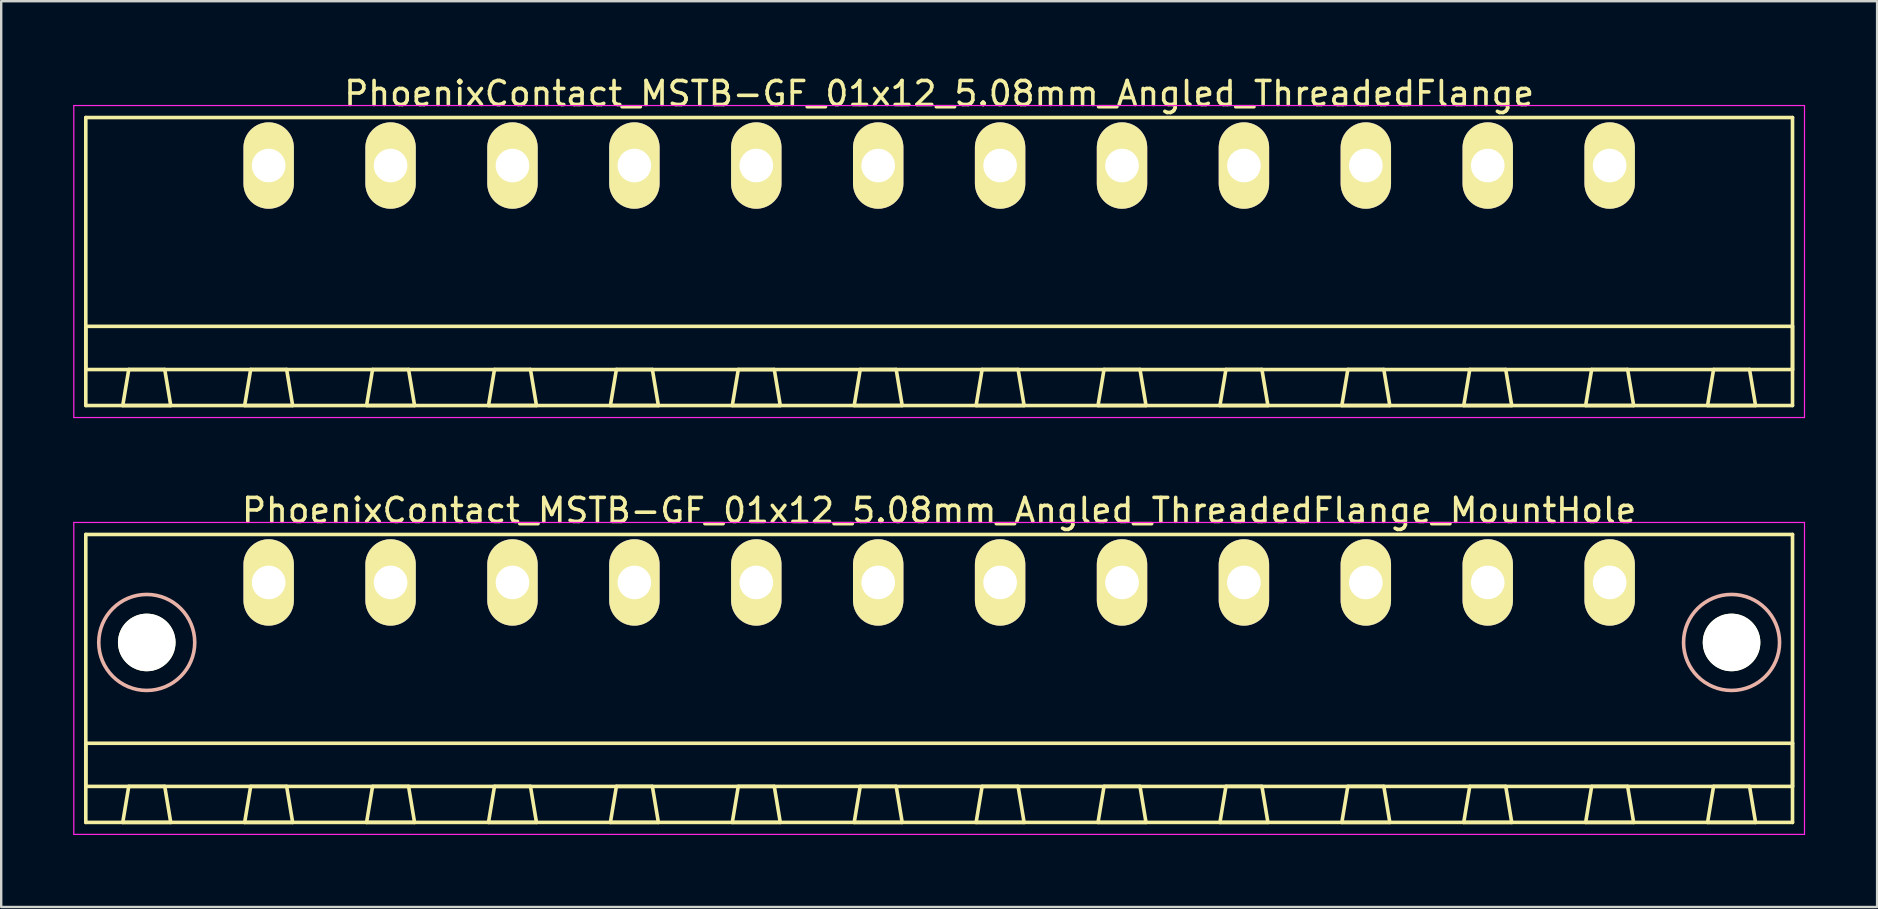
<source format=kicad_pcb>
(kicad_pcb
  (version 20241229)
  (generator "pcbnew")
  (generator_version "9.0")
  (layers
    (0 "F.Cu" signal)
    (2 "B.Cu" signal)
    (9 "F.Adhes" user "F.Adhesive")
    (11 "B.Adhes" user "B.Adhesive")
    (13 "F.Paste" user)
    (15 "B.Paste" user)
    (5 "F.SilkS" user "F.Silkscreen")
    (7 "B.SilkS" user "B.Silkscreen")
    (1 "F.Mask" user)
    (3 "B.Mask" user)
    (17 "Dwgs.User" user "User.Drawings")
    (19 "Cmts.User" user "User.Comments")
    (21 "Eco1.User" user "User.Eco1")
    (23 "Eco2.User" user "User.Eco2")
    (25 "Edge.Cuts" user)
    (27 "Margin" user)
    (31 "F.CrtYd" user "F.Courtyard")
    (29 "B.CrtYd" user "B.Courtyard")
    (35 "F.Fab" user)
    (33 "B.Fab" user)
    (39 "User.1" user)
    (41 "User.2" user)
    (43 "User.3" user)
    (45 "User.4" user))
  (footprint "PhoenixContact_MSTB-GF_01x12_5.08mm_Angled_ThreadedFlange_MountHole"
    (layer "F.Cu")
    (at 8.145 21.221)
    (property "Reference" "PhoenixContact_MSTB-GF_01x12_5.08mm_Angled_ThreadedFlange_MountHole" (at 27.94 -3 0) (layer "F.SilkS") (effects (font (size 1 1) (thickness 0.15))))
    (attr through_hole)
    (fp_line (start -7.62 -2) (end -7.62 10) (stroke (width 0.15) (type solid)) (layer "F.SilkS"))
    (fp_line (start -7.62 6.7) (end 63.5 6.7) (stroke (width 0.15) (type solid)) (layer "F.SilkS"))
    (fp_line (start -7.62 8.5) (end -7.62 6.7) (stroke (width 0.15) (type solid)) (layer "F.SilkS"))
    (fp_line (start -7.62 10) (end 63.5 10) (stroke (width 0.15) (type solid)) (layer "F.SilkS"))
    (fp_line (start -6.08 10) (end -4.08 10) (stroke (width 0.15) (type solid)) (layer "F.SilkS"))
    (fp_line (start -5.83 8.5) (end -6.08 10) (stroke (width 0.15) (type solid)) (layer "F.SilkS"))
    (fp_line (start -4.33 8.5) (end -5.83 8.5) (stroke (width 0.15) (type solid)) (layer "F.SilkS"))
    (fp_line (start -4.08 10) (end -4.33 8.5) (stroke (width 0.15) (type solid)) (layer "F.SilkS"))
    (fp_line (start -1 10) (end 1 10) (stroke (width 0.15) (type solid)) (layer "F.SilkS"))
    (fp_line (start -0.75 8.5) (end -1 10) (stroke (width 0.15) (type solid)) (layer "F.SilkS"))
    (fp_line (start 0.75 8.5) (end -0.75 8.5) (stroke (width 0.15) (type solid)) (layer "F.SilkS"))
    (fp_line (start 1 10) (end 0.75 8.5) (stroke (width 0.15) (type solid)) (layer "F.SilkS"))
    (fp_line (start 4.08 10) (end 6.08 10) (stroke (width 0.15) (type solid)) (layer "F.SilkS"))
    (fp_line (start 4.33 8.5) (end 4.08 10) (stroke (width 0.15) (type solid)) (layer "F.SilkS"))
    (fp_line (start 5.83 8.5) (end 4.33 8.5) (stroke (width 0.15) (type solid)) (layer "F.SilkS"))
    (fp_line (start 6.08 10) (end 5.83 8.5) (stroke (width 0.15) (type solid)) (layer "F.SilkS"))
    (fp_line (start 9.16 10) (end 11.16 10) (stroke (width 0.15) (type solid)) (layer "F.SilkS"))
    (fp_line (start 9.41 8.5) (end 9.16 10) (stroke (width 0.15) (type solid)) (layer "F.SilkS"))
    (fp_line (start 10.91 8.5) (end 9.41 8.5) (stroke (width 0.15) (type solid)) (layer "F.SilkS"))
    (fp_line (start 11.16 10) (end 10.91 8.5) (stroke (width 0.15) (type solid)) (layer "F.SilkS"))
    (fp_line (start 14.24 10) (end 16.24 10) (stroke (width 0.15) (type solid)) (layer "F.SilkS"))
    (fp_line (start 14.49 8.5) (end 14.24 10) (stroke (width 0.15) (type solid)) (layer "F.SilkS"))
    (fp_line (start 15.99 8.5) (end 14.49 8.5) (stroke (width 0.15) (type solid)) (layer "F.SilkS"))
    (fp_line (start 16.24 10) (end 15.99 8.5) (stroke (width 0.15) (type solid)) (layer "F.SilkS"))
    (fp_line (start 19.32 10) (end 21.32 10) (stroke (width 0.15) (type solid)) (layer "F.SilkS"))
    (fp_line (start 19.57 8.5) (end 19.32 10) (stroke (width 0.15) (type solid)) (layer "F.SilkS"))
    (fp_line (start 21.07 8.5) (end 19.57 8.5) (stroke (width 0.15) (type solid)) (layer "F.SilkS"))
    (fp_line (start 21.32 10) (end 21.07 8.5) (stroke (width 0.15) (type solid)) (layer "F.SilkS"))
    (fp_line (start 24.4 10) (end 26.4 10) (stroke (width 0.15) (type solid)) (layer "F.SilkS"))
    (fp_line (start 24.65 8.5) (end 24.4 10) (stroke (width 0.15) (type solid)) (layer "F.SilkS"))
    (fp_line (start 26.15 8.5) (end 24.65 8.5) (stroke (width 0.15) (type solid)) (layer "F.SilkS"))
    (fp_line (start 26.4 10) (end 26.15 8.5) (stroke (width 0.15) (type solid)) (layer "F.SilkS"))
    (fp_line (start 29.48 10) (end 31.48 10) (stroke (width 0.15) (type solid)) (layer "F.SilkS"))
    (fp_line (start 29.73 8.5) (end 29.48 10) (stroke (width 0.15) (type solid)) (layer "F.SilkS"))
    (fp_line (start 31.23 8.5) (end 29.73 8.5) (stroke (width 0.15) (type solid)) (layer "F.SilkS"))
    (fp_line (start 31.48 10) (end 31.23 8.5) (stroke (width 0.15) (type solid)) (layer "F.SilkS"))
    (fp_line (start 34.56 10) (end 36.56 10) (stroke (width 0.15) (type solid)) (layer "F.SilkS"))
    (fp_line (start 34.81 8.5) (end 34.56 10) (stroke (width 0.15) (type solid)) (layer "F.SilkS"))
    (fp_line (start 36.31 8.5) (end 34.81 8.5) (stroke (width 0.15) (type solid)) (layer "F.SilkS"))
    (fp_line (start 36.56 10) (end 36.31 8.5) (stroke (width 0.15) (type solid)) (layer "F.SilkS"))
    (fp_line (start 39.64 10) (end 41.64 10) (stroke (width 0.15) (type solid)) (layer "F.SilkS"))
    (fp_line (start 39.89 8.5) (end 39.64 10) (stroke (width 0.15) (type solid)) (layer "F.SilkS"))
    (fp_line (start 41.39 8.5) (end 39.89 8.5) (stroke (width 0.15) (type solid)) (layer "F.SilkS"))
    (fp_line (start 41.64 10) (end 41.39 8.5) (stroke (width 0.15) (type solid)) (layer "F.SilkS"))
    (fp_line (start 44.72 10) (end 46.72 10) (stroke (width 0.15) (type solid)) (layer "F.SilkS"))
    (fp_line (start 44.97 8.5) (end 44.72 10) (stroke (width 0.15) (type solid)) (layer "F.SilkS"))
    (fp_line (start 46.47 8.5) (end 44.97 8.5) (stroke (width 0.15) (type solid)) (layer "F.SilkS"))
    (fp_line (start 46.72 10) (end 46.47 8.5) (stroke (width 0.15) (type solid)) (layer "F.SilkS"))
    (fp_line (start 49.8 10) (end 51.8 10) (stroke (width 0.15) (type solid)) (layer "F.SilkS"))
    (fp_line (start 50.05 8.5) (end 49.8 10) (stroke (width 0.15) (type solid)) (layer "F.SilkS"))
    (fp_line (start 51.55 8.5) (end 50.05 8.5) (stroke (width 0.15) (type solid)) (layer "F.SilkS"))
    (fp_line (start 51.8 10) (end 51.55 8.5) (stroke (width 0.15) (type solid)) (layer "F.SilkS"))
    (fp_line (start 54.88 10) (end 56.88 10) (stroke (width 0.15) (type solid)) (layer "F.SilkS"))
    (fp_line (start 55.13 8.5) (end 54.88 10) (stroke (width 0.15) (type solid)) (layer "F.SilkS"))
    (fp_line (start 56.63 8.5) (end 55.13 8.5) (stroke (width 0.15) (type solid)) (layer "F.SilkS"))
    (fp_line (start 56.88 10) (end 56.63 8.5) (stroke (width 0.15) (type solid)) (layer "F.SilkS"))
    (fp_line (start 59.96 10) (end 61.96 10) (stroke (width 0.15) (type solid)) (layer "F.SilkS"))
    (fp_line (start 60.21 8.5) (end 59.96 10) (stroke (width 0.15) (type solid)) (layer "F.SilkS"))
    (fp_line (start 61.71 8.5) (end 60.21 8.5) (stroke (width 0.15) (type solid)) (layer "F.SilkS"))
    (fp_line (start 61.96 10) (end 61.71 8.5) (stroke (width 0.15) (type solid)) (layer "F.SilkS"))
    (fp_line (start 63.5 -2) (end -7.62 -2) (stroke (width 0.15) (type solid)) (layer "F.SilkS"))
    (fp_line (start 63.5 6.7) (end 63.5 8.5) (stroke (width 0.15) (type solid)) (layer "F.SilkS"))
    (fp_line (start 63.5 8.5) (end -7.62 8.5) (stroke (width 0.15) (type solid)) (layer "F.SilkS"))
    (fp_line (start 63.5 10) (end 63.5 -2) (stroke (width 0.15) (type solid)) (layer "F.SilkS"))
    (fp_circle (center -5.08 2.5) (end -3.08 2.5) (stroke (width 0.15) (type solid)) (fill no) (layer "B.SilkS"))
    (fp_circle (center 60.96 2.5) (end 62.96 2.5) (stroke (width 0.15) (type solid)) (fill no) (layer "B.SilkS"))
    (fp_line (start -8.12 -2.5) (end -8.12 10.5) (stroke (width 0.05) (type solid)) (layer "F.CrtYd"))
    (fp_line (start -8.12 10.5) (end 64 10.5) (stroke (width 0.05) (type solid)) (layer "F.CrtYd"))
    (fp_line (start 64 -2.5) (end -8.12 -2.5) (stroke (width 0.05) (type solid)) (layer "F.CrtYd"))
    (fp_line (start 64 10.5) (end 64 -2.5) (stroke (width 0.05) (type solid)) (layer "F.CrtYd"))
    (pad "" np_thru_hole circle (at -5.08 2.5) (size 2.4 2.4) (drill 2.4) (layers "*.Cu" "*.Mask" "F.SilkS"))
    (pad "" np_thru_hole circle (at 60.96 2.5) (size 2.4 2.4) (drill 2.4) (layers "*.Cu" "*.Mask" "F.SilkS"))
    (pad "1" thru_hole oval (at 0 0) (size 2.1 3.6) (drill 1.4) (layers "*.Cu" "*.Mask" "F.SilkS"))
    (pad "2" thru_hole oval (at 5.08 0) (size 2.1 3.6) (drill 1.4) (layers "*.Cu" "*.Mask" "F.SilkS"))
    (pad "3" thru_hole oval (at 10.16 0) (size 2.1 3.6) (drill 1.4) (layers "*.Cu" "*.Mask" "F.SilkS"))
    (pad "4" thru_hole oval (at 15.24 0) (size 2.1 3.6) (drill 1.4) (layers "*.Cu" "*.Mask" "F.SilkS"))
    (pad "5" thru_hole oval (at 20.32 0) (size 2.1 3.6) (drill 1.4) (layers "*.Cu" "*.Mask" "F.SilkS"))
    (pad "6" thru_hole oval (at 25.4 0) (size 2.1 3.6) (drill 1.4) (layers "*.Cu" "*.Mask" "F.SilkS"))
    (pad "7" thru_hole oval (at 30.48 0) (size 2.1 3.6) (drill 1.4) (layers "*.Cu" "*.Mask" "F.SilkS"))
    (pad "8" thru_hole oval (at 35.56 0) (size 2.1 3.6) (drill 1.4) (layers "*.Cu" "*.Mask" "F.SilkS"))
    (pad "9" thru_hole oval (at 40.64 0) (size 2.1 3.6) (drill 1.4) (layers "*.Cu" "*.Mask" "F.SilkS"))
    (pad "10" thru_hole oval (at 45.72 0) (size 2.1 3.6) (drill 1.4) (layers "*.Cu" "*.Mask" "F.SilkS"))
    (pad "11" thru_hole oval (at 50.8 0) (size 2.1 3.6) (drill 1.4) (layers "*.Cu" "*.Mask" "F.SilkS"))
    (pad "12" thru_hole oval (at 55.88 0) (size 2.1 3.6) (drill 1.4) (layers "*.Cu" "*.Mask" "F.SilkS")))
  (footprint "PhoenixContact_MSTB-GF_01x12_5.08mm_Angled_ThreadedFlange"
    (layer "F.Cu")
    (at 8.145 3.848)
    (property "Reference" "PhoenixContact_MSTB-GF_01x12_5.08mm_Angled_ThreadedFlange" (at 27.94 -3 0) (layer "F.SilkS") (effects (font (size 1 1) (thickness 0.15))))
    (attr through_hole)
    (fp_line (start -7.62 -2) (end -7.62 10) (stroke (width 0.15) (type solid)) (layer "F.SilkS"))
    (fp_line (start -7.62 6.7) (end 63.5 6.7) (stroke (width 0.15) (type solid)) (layer "F.SilkS"))
    (fp_line (start -7.62 8.5) (end -7.62 6.7) (stroke (width 0.15) (type solid)) (layer "F.SilkS"))
    (fp_line (start -7.62 10) (end 63.5 10) (stroke (width 0.15) (type solid)) (layer "F.SilkS"))
    (fp_line (start -6.08 10) (end -4.08 10) (stroke (width 0.15) (type solid)) (layer "F.SilkS"))
    (fp_line (start -5.83 8.5) (end -6.08 10) (stroke (width 0.15) (type solid)) (layer "F.SilkS"))
    (fp_line (start -4.33 8.5) (end -5.83 8.5) (stroke (width 0.15) (type solid)) (layer "F.SilkS"))
    (fp_line (start -4.08 10) (end -4.33 8.5) (stroke (width 0.15) (type solid)) (layer "F.SilkS"))
    (fp_line (start -1 10) (end 1 10) (stroke (width 0.15) (type solid)) (layer "F.SilkS"))
    (fp_line (start -0.75 8.5) (end -1 10) (stroke (width 0.15) (type solid)) (layer "F.SilkS"))
    (fp_line (start 0.75 8.5) (end -0.75 8.5) (stroke (width 0.15) (type solid)) (layer "F.SilkS"))
    (fp_line (start 1 10) (end 0.75 8.5) (stroke (width 0.15) (type solid)) (layer "F.SilkS"))
    (fp_line (start 4.08 10) (end 6.08 10) (stroke (width 0.15) (type solid)) (layer "F.SilkS"))
    (fp_line (start 4.33 8.5) (end 4.08 10) (stroke (width 0.15) (type solid)) (layer "F.SilkS"))
    (fp_line (start 5.83 8.5) (end 4.33 8.5) (stroke (width 0.15) (type solid)) (layer "F.SilkS"))
    (fp_line (start 6.08 10) (end 5.83 8.5) (stroke (width 0.15) (type solid)) (layer "F.SilkS"))
    (fp_line (start 9.16 10) (end 11.16 10) (stroke (width 0.15) (type solid)) (layer "F.SilkS"))
    (fp_line (start 9.41 8.5) (end 9.16 10) (stroke (width 0.15) (type solid)) (layer "F.SilkS"))
    (fp_line (start 10.91 8.5) (end 9.41 8.5) (stroke (width 0.15) (type solid)) (layer "F.SilkS"))
    (fp_line (start 11.16 10) (end 10.91 8.5) (stroke (width 0.15) (type solid)) (layer "F.SilkS"))
    (fp_line (start 14.24 10) (end 16.24 10) (stroke (width 0.15) (type solid)) (layer "F.SilkS"))
    (fp_line (start 14.49 8.5) (end 14.24 10) (stroke (width 0.15) (type solid)) (layer "F.SilkS"))
    (fp_line (start 15.99 8.5) (end 14.49 8.5) (stroke (width 0.15) (type solid)) (layer "F.SilkS"))
    (fp_line (start 16.24 10) (end 15.99 8.5) (stroke (width 0.15) (type solid)) (layer "F.SilkS"))
    (fp_line (start 19.32 10) (end 21.32 10) (stroke (width 0.15) (type solid)) (layer "F.SilkS"))
    (fp_line (start 19.57 8.5) (end 19.32 10) (stroke (width 0.15) (type solid)) (layer "F.SilkS"))
    (fp_line (start 21.07 8.5) (end 19.57 8.5) (stroke (width 0.15) (type solid)) (layer "F.SilkS"))
    (fp_line (start 21.32 10) (end 21.07 8.5) (stroke (width 0.15) (type solid)) (layer "F.SilkS"))
    (fp_line (start 24.4 10) (end 26.4 10) (stroke (width 0.15) (type solid)) (layer "F.SilkS"))
    (fp_line (start 24.65 8.5) (end 24.4 10) (stroke (width 0.15) (type solid)) (layer "F.SilkS"))
    (fp_line (start 26.15 8.5) (end 24.65 8.5) (stroke (width 0.15) (type solid)) (layer "F.SilkS"))
    (fp_line (start 26.4 10) (end 26.15 8.5) (stroke (width 0.15) (type solid)) (layer "F.SilkS"))
    (fp_line (start 29.48 10) (end 31.48 10) (stroke (width 0.15) (type solid)) (layer "F.SilkS"))
    (fp_line (start 29.73 8.5) (end 29.48 10) (stroke (width 0.15) (type solid)) (layer "F.SilkS"))
    (fp_line (start 31.23 8.5) (end 29.73 8.5) (stroke (width 0.15) (type solid)) (layer "F.SilkS"))
    (fp_line (start 31.48 10) (end 31.23 8.5) (stroke (width 0.15) (type solid)) (layer "F.SilkS"))
    (fp_line (start 34.56 10) (end 36.56 10) (stroke (width 0.15) (type solid)) (layer "F.SilkS"))
    (fp_line (start 34.81 8.5) (end 34.56 10) (stroke (width 0.15) (type solid)) (layer "F.SilkS"))
    (fp_line (start 36.31 8.5) (end 34.81 8.5) (stroke (width 0.15) (type solid)) (layer "F.SilkS"))
    (fp_line (start 36.56 10) (end 36.31 8.5) (stroke (width 0.15) (type solid)) (layer "F.SilkS"))
    (fp_line (start 39.64 10) (end 41.64 10) (stroke (width 0.15) (type solid)) (layer "F.SilkS"))
    (fp_line (start 39.89 8.5) (end 39.64 10) (stroke (width 0.15) (type solid)) (layer "F.SilkS"))
    (fp_line (start 41.39 8.5) (end 39.89 8.5) (stroke (width 0.15) (type solid)) (layer "F.SilkS"))
    (fp_line (start 41.64 10) (end 41.39 8.5) (stroke (width 0.15) (type solid)) (layer "F.SilkS"))
    (fp_line (start 44.72 10) (end 46.72 10) (stroke (width 0.15) (type solid)) (layer "F.SilkS"))
    (fp_line (start 44.97 8.5) (end 44.72 10) (stroke (width 0.15) (type solid)) (layer "F.SilkS"))
    (fp_line (start 46.47 8.5) (end 44.97 8.5) (stroke (width 0.15) (type solid)) (layer "F.SilkS"))
    (fp_line (start 46.72 10) (end 46.47 8.5) (stroke (width 0.15) (type solid)) (layer "F.SilkS"))
    (fp_line (start 49.8 10) (end 51.8 10) (stroke (width 0.15) (type solid)) (layer "F.SilkS"))
    (fp_line (start 50.05 8.5) (end 49.8 10) (stroke (width 0.15) (type solid)) (layer "F.SilkS"))
    (fp_line (start 51.55 8.5) (end 50.05 8.5) (stroke (width 0.15) (type solid)) (layer "F.SilkS"))
    (fp_line (start 51.8 10) (end 51.55 8.5) (stroke (width 0.15) (type solid)) (layer "F.SilkS"))
    (fp_line (start 54.88 10) (end 56.88 10) (stroke (width 0.15) (type solid)) (layer "F.SilkS"))
    (fp_line (start 55.13 8.5) (end 54.88 10) (stroke (width 0.15) (type solid)) (layer "F.SilkS"))
    (fp_line (start 56.63 8.5) (end 55.13 8.5) (stroke (width 0.15) (type solid)) (layer "F.SilkS"))
    (fp_line (start 56.88 10) (end 56.63 8.5) (stroke (width 0.15) (type solid)) (layer "F.SilkS"))
    (fp_line (start 59.96 10) (end 61.96 10) (stroke (width 0.15) (type solid)) (layer "F.SilkS"))
    (fp_line (start 60.21 8.5) (end 59.96 10) (stroke (width 0.15) (type solid)) (layer "F.SilkS"))
    (fp_line (start 61.71 8.5) (end 60.21 8.5) (stroke (width 0.15) (type solid)) (layer "F.SilkS"))
    (fp_line (start 61.96 10) (end 61.71 8.5) (stroke (width 0.15) (type solid)) (layer "F.SilkS"))
    (fp_line (start 63.5 -2) (end -7.62 -2) (stroke (width 0.15) (type solid)) (layer "F.SilkS"))
    (fp_line (start 63.5 6.7) (end 63.5 8.5) (stroke (width 0.15) (type solid)) (layer "F.SilkS"))
    (fp_line (start 63.5 8.5) (end -7.62 8.5) (stroke (width 0.15) (type solid)) (layer "F.SilkS"))
    (fp_line (start 63.5 10) (end 63.5 -2) (stroke (width 0.15) (type solid)) (layer "F.SilkS"))
    (fp_line (start -8.12 -2.5) (end -8.12 10.5) (stroke (width 0.05) (type solid)) (layer "F.CrtYd"))
    (fp_line (start -8.12 10.5) (end 64 10.5) (stroke (width 0.05) (type solid)) (layer "F.CrtYd"))
    (fp_line (start 64 -2.5) (end -8.12 -2.5) (stroke (width 0.05) (type solid)) (layer "F.CrtYd"))
    (fp_line (start 64 10.5) (end 64 -2.5) (stroke (width 0.05) (type solid)) (layer "F.CrtYd"))
    (pad "1" thru_hole oval (at 0 0) (size 2.1 3.6) (drill 1.4) (layers "*.Cu" "*.Mask" "F.SilkS"))
    (pad "2" thru_hole oval (at 5.08 0) (size 2.1 3.6) (drill 1.4) (layers "*.Cu" "*.Mask" "F.SilkS"))
    (pad "3" thru_hole oval (at 10.16 0) (size 2.1 3.6) (drill 1.4) (layers "*.Cu" "*.Mask" "F.SilkS"))
    (pad "4" thru_hole oval (at 15.24 0) (size 2.1 3.6) (drill 1.4) (layers "*.Cu" "*.Mask" "F.SilkS"))
    (pad "5" thru_hole oval (at 20.32 0) (size 2.1 3.6) (drill 1.4) (layers "*.Cu" "*.Mask" "F.SilkS"))
    (pad "6" thru_hole oval (at 25.4 0) (size 2.1 3.6) (drill 1.4) (layers "*.Cu" "*.Mask" "F.SilkS"))
    (pad "7" thru_hole oval (at 30.48 0) (size 2.1 3.6) (drill 1.4) (layers "*.Cu" "*.Mask" "F.SilkS"))
    (pad "8" thru_hole oval (at 35.56 0) (size 2.1 3.6) (drill 1.4) (layers "*.Cu" "*.Mask" "F.SilkS"))
    (pad "9" thru_hole oval (at 40.64 0) (size 2.1 3.6) (drill 1.4) (layers "*.Cu" "*.Mask" "F.SilkS"))
    (pad "10" thru_hole oval (at 45.72 0) (size 2.1 3.6) (drill 1.4) (layers "*.Cu" "*.Mask" "F.SilkS"))
    (pad "11" thru_hole oval (at 50.8 0) (size 2.1 3.6) (drill 1.4) (layers "*.Cu" "*.Mask" "F.SilkS"))
    (pad "12" thru_hole oval (at 55.88 0) (size 2.1 3.6) (drill 1.4) (layers "*.Cu" "*.Mask" "F.SilkS")))
  (gr_rect
    (start -3 -3)
    (end 75.17 34.746)
    (stroke (width 0.1) (type default))
    (fill no)
    (layer "Edge.Cuts")))
</source>
